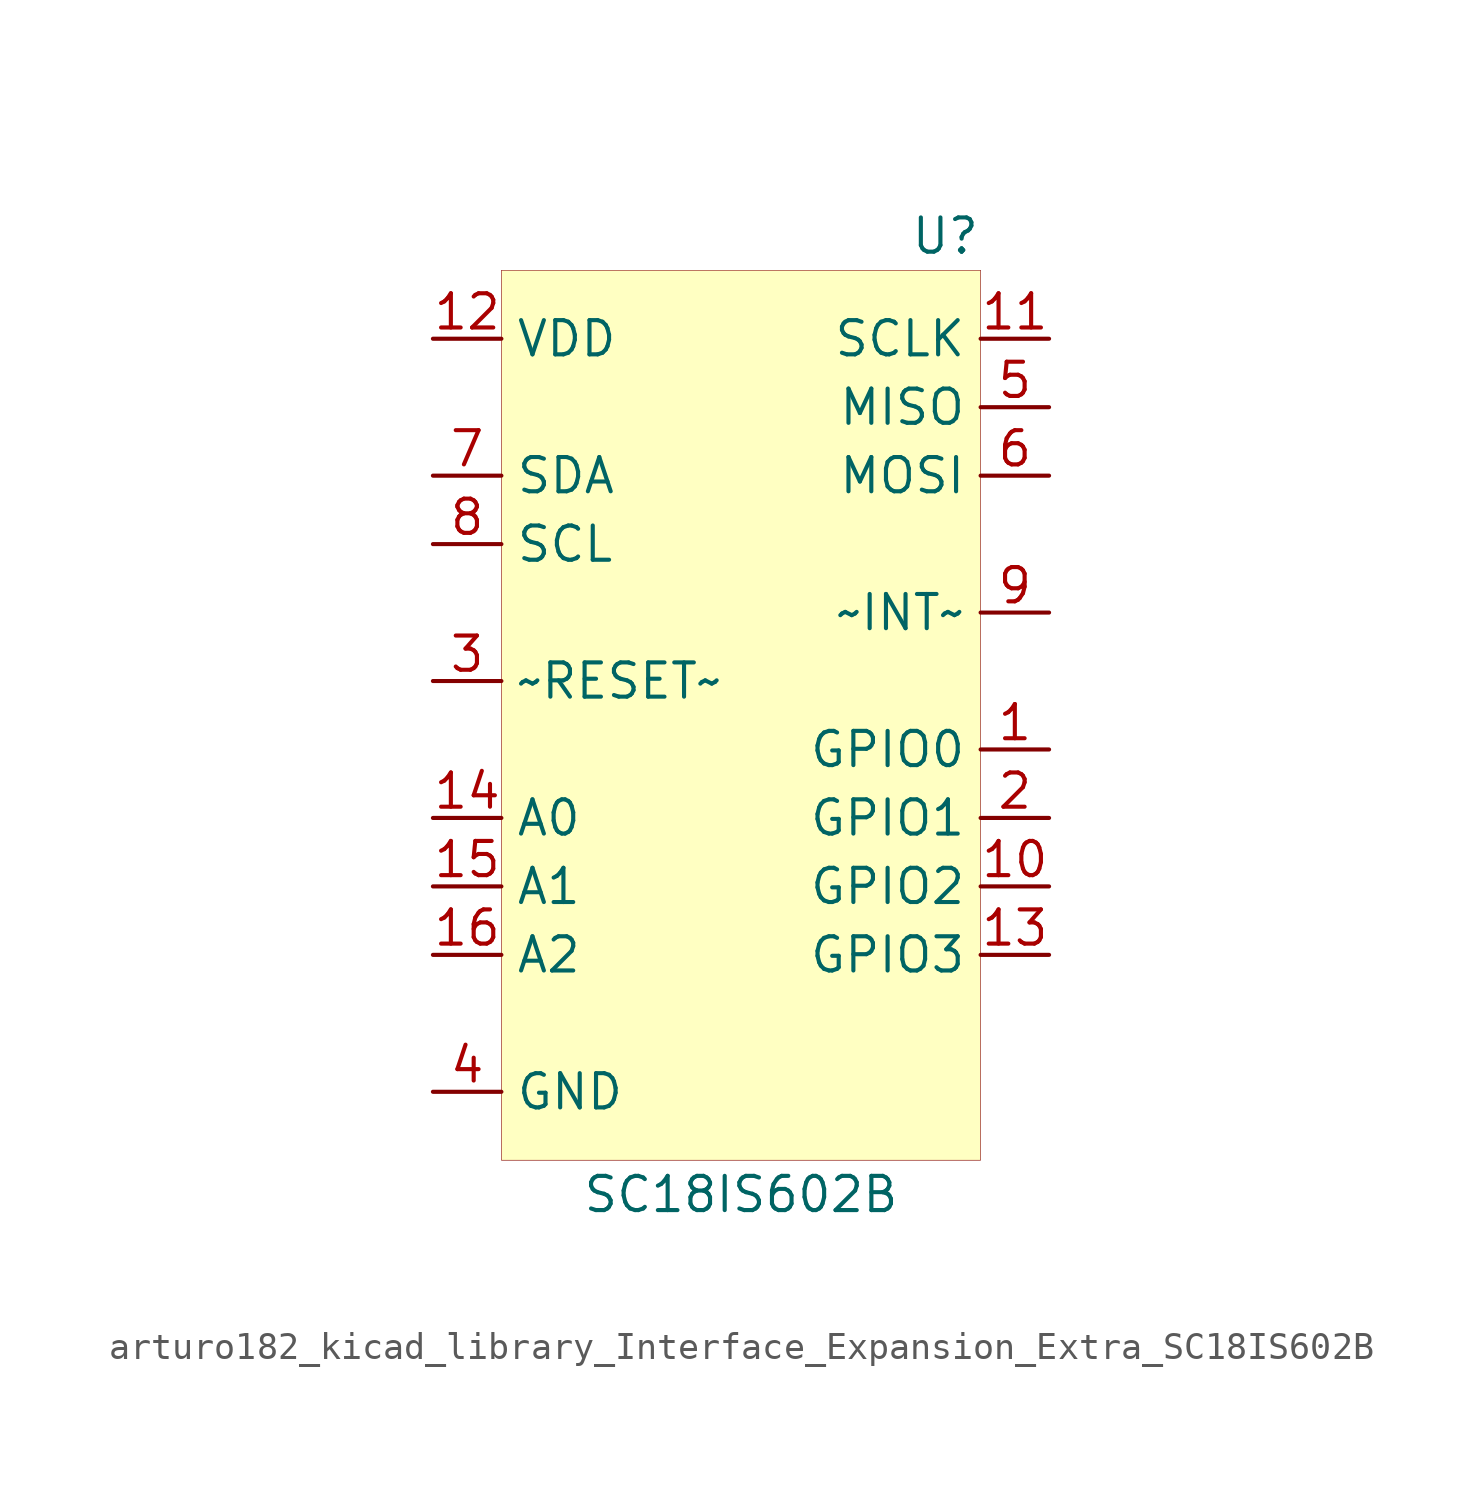
<source format=kicad_sym>
(kicad_symbol_lib
  (version 20220914)
  (generator kicad_symbol_editor)
  (symbol "Interface_Expansion_Extra:arturo182_kicad_library_Interface_Expansion_Extra_SC18IS602B"
    (property "Reference" "U"
      (at 8.89 16.51 0)
      (effects (font (size 1.27 1.27)) (justify right)))
    (property "Value" "SC18IS602B"
      (at 0 -19.05 0)
      (effects (font (size 1.27 1.27))))
    (symbol "arturo182_kicad_library_Interface_Expansion_Extra_SC18IS602B_0_1"
      (rectangle (start -8.89 15.24) (end 8.89 -17.78) (stroke (width 0.001)) (fill (type background))))
    (symbol "arturo182_kicad_library_Interface_Expansion_Extra_SC18IS602B_0_0"
      (pin bidirectional line (at 11.43 -2.54 180) (length 2.54) (name "GPIO0" (effects (font (size 1.27 1.27)))) (number "1" (effects (font (size 1.27 1.27)))))
      (pin bidirectional line (at 11.43 -5.08 180) (length 2.54) (name "GPIO1" (effects (font (size 1.27 1.27)))) (number "2" (effects (font (size 1.27 1.27)))))
      (pin input line (at -11.43 0 0) (length 2.54) (name "~RESET~" (effects (font (size 1.27 1.27)))) (number "3" (effects (font (size 1.27 1.27)))))
      (pin power_in line (at -11.43 -15.24 0) (length 2.54) (name "GND" (effects (font (size 1.27 1.27)))) (number "4" (effects (font (size 1.27 1.27)))))
      (pin input line (at 11.43 10.16 180) (length 2.54) (name "MISO" (effects (font (size 1.27 1.27)))) (number "5" (effects (font (size 1.27 1.27)))))
      (pin output line (at 11.43 7.62 180) (length 2.54) (name "MOSI" (effects (font (size 1.27 1.27)))) (number "6" (effects (font (size 1.27 1.27)))))
      (pin bidirectional line (at -11.43 7.62 0) (length 2.54) (name "SDA" (effects (font (size 1.27 1.27)))) (number "7" (effects (font (size 1.27 1.27)))))
      (pin input line (at -11.43 5.08 0) (length 2.54) (name "SCL" (effects (font (size 1.27 1.27)))) (number "8" (effects (font (size 1.27 1.27)))))
      (pin output line (at 11.43 2.54 180) (length 2.54) (name "~INT~" (effects (font (size 1.27 1.27)))) (number "9" (effects (font (size 1.27 1.27)))))
      (pin bidirectional line (at 11.43 -7.62 180) (length 2.54) (name "GPIO2" (effects (font (size 1.27 1.27)))) (number "10" (effects (font (size 1.27 1.27)))))
      (pin output line (at 11.43 12.7 180) (length 2.54) (name "SCLK" (effects (font (size 1.27 1.27)))) (number "11" (effects (font (size 1.27 1.27)))))
      (pin power_in line (at -11.43 12.7 0) (length 2.54) (name "VDD" (effects (font (size 1.27 1.27)))) (number "12" (effects (font (size 1.27 1.27)))))
      (pin bidirectional line (at 11.43 -10.16 180) (length 2.54) (name "GPIO3" (effects (font (size 1.27 1.27)))) (number "13" (effects (font (size 1.27 1.27)))))
      (pin input line (at -11.43 -5.08 0) (length 2.54) (name "A0" (effects (font (size 1.27 1.27)))) (number "14" (effects (font (size 1.27 1.27)))))
      (pin input line (at -11.43 -7.62 0) (length 2.54) (name "A1" (effects (font (size 1.27 1.27)))) (number "15" (effects (font (size 1.27 1.27)))))
      (pin input line (at -11.43 -10.16 0) (length 2.54) (name "A2" (effects (font (size 1.27 1.27)))) (number "16" (effects (font (size 1.27 1.27))))))))
</source>
